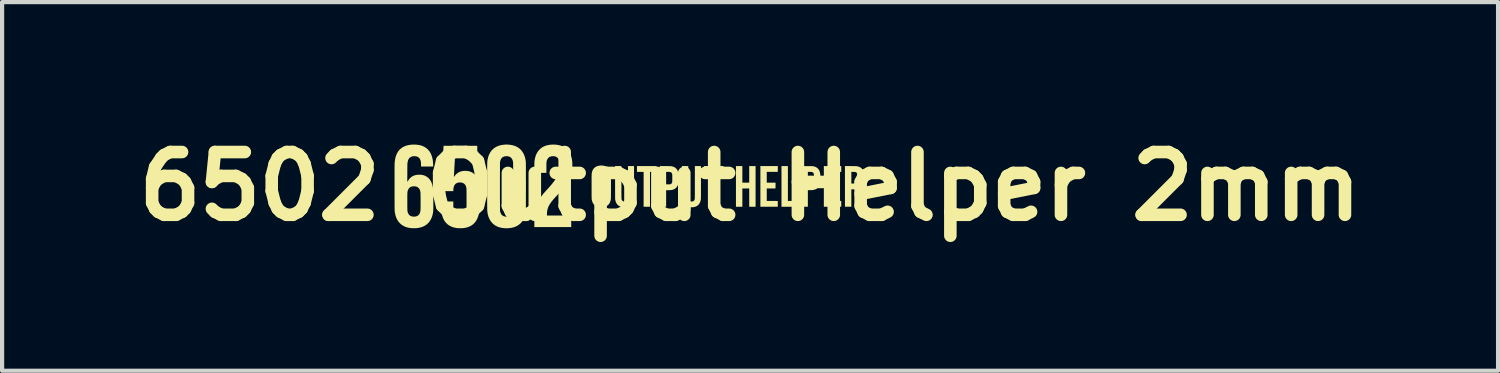
<source format=kicad_pcb>
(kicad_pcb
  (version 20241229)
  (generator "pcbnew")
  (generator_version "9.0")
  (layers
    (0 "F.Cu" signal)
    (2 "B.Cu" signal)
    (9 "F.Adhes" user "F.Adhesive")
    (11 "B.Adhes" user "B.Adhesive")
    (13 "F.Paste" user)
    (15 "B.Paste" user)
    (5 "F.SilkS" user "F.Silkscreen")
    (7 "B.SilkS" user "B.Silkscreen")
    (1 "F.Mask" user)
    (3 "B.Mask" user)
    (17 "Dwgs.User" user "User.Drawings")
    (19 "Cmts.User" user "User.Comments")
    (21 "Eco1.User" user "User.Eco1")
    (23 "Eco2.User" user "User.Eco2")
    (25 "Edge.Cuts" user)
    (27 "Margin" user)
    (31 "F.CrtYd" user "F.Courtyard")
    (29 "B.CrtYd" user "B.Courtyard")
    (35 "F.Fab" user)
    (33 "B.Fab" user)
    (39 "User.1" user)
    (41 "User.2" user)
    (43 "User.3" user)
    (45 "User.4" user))
  (footprint "6502 Output Helper 2mm"
    (layer "F.Cu")
    (at 14.871 1.404)
    (property "Reference" "6502 Output Helper 2mm" (at 0 0 0) (layer "F.SilkS") (effects (font (size 1.5 1.5) (thickness 0.3))))
    (attr board_only exclude_from_pos_files exclude_from_bom)
    (fp_poly (pts (xy 0.904 -0.069) (xy 0.904 0.347) (xy 1.029 0.347) (xy 1.154 0.347) (xy 1.154 0.416) (xy 1.154 0.486) (xy 0.953 0.486) (xy 0.751 0.486) (xy 0.751 -0.000001) (xy 0.751 -0.486) (xy 0.827 -0.486) (xy 0.904 -0.486)) (stroke (width 0) (type solid)) (fill yes) (layer "F.SilkS"))
    (fp_poly (pts (xy -2.232 -0.416) (xy -2.232 -0.347) (xy -2.311 -0.347) (xy -2.391 -0.347) (xy -2.391 0.069) (xy -2.391 0.486) (xy -2.467 0.486) (xy -2.543 0.486) (xy -2.543 0.069) (xy -2.543 -0.347) (xy -2.623 -0.347) (xy -2.702 -0.347) (xy -2.702 -0.416) (xy -2.702 -0.486) (xy -2.467 -0.486) (xy -2.232 -0.486)) (stroke (width 0) (type solid)) (fill yes) (layer "F.SilkS"))
    (fp_poly (pts (xy -0.633 -0.416) (xy -0.633 -0.347) (xy -0.712 -0.347) (xy -0.792 -0.347) (xy -0.792 0.069) (xy -0.792 0.486) (xy -0.868 0.486) (xy -0.944 0.486) (xy -0.944 0.069) (xy -0.944 -0.347) (xy -1.024 -0.347) (xy -1.103 -0.347) (xy -1.103 -0.416) (xy -1.103 -0.486) (xy -0.868 -0.486) (xy -0.633 -0.486)) (stroke (width 0) (type solid)) (fill yes) (layer "F.SilkS"))
    (fp_poly (pts (xy -0.184 -0.288) (xy -0.184 -0.09) (xy -0.102 -0.09) (xy -0.02 -0.09) (xy -0.02 -0.288) (xy -0.02 -0.486) (xy 0.056 -0.486) (xy 0.132 -0.486) (xy 0.132 -0.000001) (xy 0.132 0.486) (xy 0.056 0.486) (xy -0.02 0.486) (xy -0.02 0.267) (xy -0.02 0.049) (xy -0.102 0.049) (xy -0.184 0.049) (xy -0.184 0.267) (xy -0.184 0.486) (xy -0.261 0.486) (xy -0.337 0.486) (xy -0.337 -0.000001) (xy -0.337 -0.486) (xy -0.261 -0.486) (xy -0.184 -0.486)) (stroke (width 0) (type solid)) (fill yes) (layer "F.SilkS"))
    (fp_poly (pts (xy 0.663 -0.417) (xy 0.662 -0.348) (xy 0.531 -0.347) (xy 0.399 -0.347) (xy 0.399 -0.218) (xy 0.399 -0.09) (xy 0.504 -0.09) (xy 0.609 -0.09) (xy 0.609 -0.021) (xy 0.608 0.048) (xy 0.504 0.049) (xy 0.399 0.049) (xy 0.399 0.198) (xy 0.399 0.347) (xy 0.531 0.347) (xy 0.662 0.348) (xy 0.663 0.417) (xy 0.663 0.486) (xy 0.455 0.486) (xy 0.247 0.486) (xy 0.247 -0.000001) (xy 0.247 -0.486) (xy 0.455 -0.486) (xy 0.663 -0.486)) (stroke (width 0) (type solid)) (fill yes) (layer "F.SilkS"))
    (fp_poly (pts (xy 2.179 -0.416) (xy 2.179 -0.347) (xy 2.047 -0.347) (xy 1.915 -0.347) (xy 1.916 -0.219) (xy 1.916 -0.091) (xy 2.021 -0.09) (xy 2.125 -0.09) (xy 2.125 -0.02) (xy 2.125 0.049) (xy 2.02 0.049) (xy 1.915 0.049) (xy 1.915 0.198) (xy 1.915 0.347) (xy 2.047 0.347) (xy 2.179 0.347) (xy 2.179 0.416) (xy 2.179 0.486) (xy 1.971 0.486) (xy 1.763 0.486) (xy 1.763 -0.000001) (xy 1.763 -0.486) (xy 1.971 -0.486) (xy 2.179 -0.486)) (stroke (width 0) (type solid)) (fill yes) (layer "F.SilkS"))
    (fp_poly (pts (xy 1.362 -0.485) (xy 1.387 -0.485) (xy 1.408 -0.485) (xy 1.427 -0.485) (xy 1.443 -0.485) (xy 1.457 -0.484) (xy 1.469 -0.484) (xy 1.478 -0.484) (xy 1.486 -0.484) (xy 1.493 -0.483) (xy 1.498 -0.483) (xy 1.502 -0.483) (xy 1.506 -0.482) (xy 1.509 -0.482) (xy 1.509 -0.482) (xy 1.536 -0.475) (xy 1.56 -0.467) (xy 1.581 -0.457) (xy 1.6 -0.445) (xy 1.617 -0.43) (xy 1.632 -0.414) (xy 1.641 -0.402) (xy 1.653 -0.381) (xy 1.662 -0.358) (xy 1.67 -0.332) (xy 1.676 -0.304) (xy 1.679 -0.279) (xy 1.679 -0.27) (xy 1.679 -0.258) (xy 1.68 -0.244) (xy 1.68 -0.229) (xy 1.68 -0.212) (xy 1.68 -0.195) (xy 1.68 -0.178) (xy 1.68 -0.162) (xy 1.68 -0.147) (xy 1.679 -0.134) (xy 1.679 -0.123) (xy 1.679 -0.117) (xy 1.675 -0.087) (xy 1.669 -0.059) (xy 1.661 -0.033) (xy 1.651 -0.01) (xy 1.638 0.011) (xy 1.623 0.029) (xy 1.606 0.045) (xy 1.586 0.058) (xy 1.564 0.069) (xy 1.539 0.078) (xy 1.512 0.085) (xy 1.509 0.086) (xy 1.504 0.086) (xy 1.497 0.087) (xy 1.49 0.088) (xy 1.481 0.088) (xy 1.47 0.089) (xy 1.456 0.089) (xy 1.439 0.089) (xy 1.437 0.089) (xy 1.381 0.09) (xy 1.381 0.288) (xy 1.381 0.486) (xy 1.305 0.486) (xy 1.228 0.486) (xy 1.228 -0.000086) (xy 1.228 -0.198) (xy 1.381 -0.198) (xy 1.381 -0.049) (xy 1.424 -0.049) (xy 1.44 -0.049) (xy 1.453 -0.049) (xy 1.463 -0.05) (xy 1.47 -0.05) (xy 1.475 -0.051) (xy 1.476 -0.051) (xy 1.491 -0.057) (xy 1.503 -0.064) (xy 1.512 -0.074) (xy 1.518 -0.082) (xy 1.52 -0.087) (xy 1.522 -0.094) (xy 1.524 -0.101) (xy 1.524 -0.102) (xy 1.525 -0.106) (xy 1.525 -0.109) (xy 1.526 -0.113) (xy 1.526 -0.118) (xy 1.527 -0.124) (xy 1.527 -0.132) (xy 1.527 -0.141) (xy 1.527 -0.153) (xy 1.527 -0.167) (xy 1.527 -0.183) (xy 1.527 -0.199) (xy 1.527 -0.218) (xy 1.527 -0.234) (xy 1.527 -0.248) (xy 1.527 -0.259) (xy 1.527 -0.268) (xy 1.526 -0.275) (xy 1.526 -0.28) (xy 1.526 -0.285) (xy 1.525 -0.289) (xy 1.525 -0.292) (xy 1.524 -0.293) (xy 1.52 -0.308) (xy 1.514 -0.32) (xy 1.506 -0.329) (xy 1.498 -0.336) (xy 1.493 -0.338) (xy 1.488 -0.341) (xy 1.483 -0.343) (xy 1.478 -0.344) (xy 1.472 -0.345) (xy 1.465 -0.346) (xy 1.456 -0.346) (xy 1.445 -0.347) (xy 1.431 -0.347) (xy 1.424 -0.347) (xy 1.381 -0.347) (xy 1.381 -0.198) (xy 1.228 -0.198) (xy 1.228 -0.486)) (stroke (width 0) (type solid)) (fill yes) (layer "F.SilkS"))
    (fp_poly (pts (xy -2.008 -0.486) (xy -1.985 -0.486) (xy -1.965 -0.485) (xy -1.948 -0.485) (xy -1.934 -0.485) (xy -1.921 -0.485) (xy -1.91 -0.484) (xy -1.9 -0.484) (xy -1.892 -0.483) (xy -1.885 -0.483) (xy -1.878 -0.482) (xy -1.872 -0.48) (xy -1.865 -0.479) (xy -1.859 -0.478) (xy -1.854 -0.477) (xy -1.829 -0.469) (xy -1.806 -0.458) (xy -1.786 -0.445) (xy -1.768 -0.43) (xy -1.752 -0.412) (xy -1.738 -0.392) (xy -1.727 -0.369) (xy -1.718 -0.344) (xy -1.716 -0.337) (xy -1.714 -0.329) (xy -1.712 -0.322) (xy -1.711 -0.316) (xy -1.71 -0.309) (xy -1.709 -0.302) (xy -1.708 -0.295) (xy -1.708 -0.286) (xy -1.707 -0.277) (xy -1.707 -0.265) (xy -1.707 -0.251) (xy -1.707 -0.235) (xy -1.706 -0.216) (xy -1.706 -0.198) (xy -1.706 -0.178) (xy -1.707 -0.16) (xy -1.707 -0.145) (xy -1.707 -0.133) (xy -1.707 -0.123) (xy -1.707 -0.115) (xy -1.707 -0.108) (xy -1.708 -0.102) (xy -1.708 -0.098) (xy -1.709 -0.093) (xy -1.709 -0.089) (xy -1.71 -0.089) (xy -1.715 -0.063) (xy -1.722 -0.04) (xy -1.73 -0.019) (xy -1.74 -0.000394) (xy -1.752 0.016) (xy -1.762 0.028) (xy -1.776 0.042) (xy -1.791 0.053) (xy -1.808 0.063) (xy -1.812 0.065) (xy -1.825 0.071) (xy -1.838 0.076) (xy -1.852 0.08) (xy -1.866 0.084) (xy -1.882 0.086) (xy -1.899 0.088) (xy -1.919 0.089) (xy -1.941 0.09) (xy -1.957 0.09) (xy -2.005 0.09) (xy -2.005 0.288) (xy -2.005 0.486) (xy -2.081 0.486) (xy -2.157 0.486) (xy -2.157 -0.000001) (xy -2.157 -0.198) (xy -2.005 -0.198) (xy -2.005 -0.049) (xy -1.961 -0.049) (xy -1.945 -0.049) (xy -1.932 -0.049) (xy -1.922 -0.05) (xy -1.915 -0.05) (xy -1.909 -0.051) (xy -1.908 -0.051) (xy -1.894 -0.056) (xy -1.883 -0.063) (xy -1.874 -0.073) (xy -1.867 -0.084) (xy -1.862 -0.099) (xy -1.861 -0.106) (xy -1.86 -0.112) (xy -1.859 -0.121) (xy -1.859 -0.132) (xy -1.858 -0.145) (xy -1.858 -0.16) (xy -1.858 -0.176) (xy -1.858 -0.192) (xy -1.858 -0.209) (xy -1.858 -0.225) (xy -1.858 -0.24) (xy -1.858 -0.255) (xy -1.859 -0.267) (xy -1.859 -0.278) (xy -1.86 -0.285) (xy -1.861 -0.289) (xy -1.864 -0.304) (xy -1.87 -0.317) (xy -1.877 -0.327) (xy -1.886 -0.335) (xy -1.898 -0.341) (xy -1.905 -0.344) (xy -1.909 -0.345) (xy -1.913 -0.345) (xy -1.918 -0.346) (xy -1.923 -0.346) (xy -1.931 -0.347) (xy -1.94 -0.347) (xy -1.952 -0.347) (xy -1.961 -0.347) (xy -2.005 -0.347) (xy -2.005 -0.198) (xy -2.157 -0.198) (xy -2.157 -0.486) (xy -2.033 -0.486)) (stroke (width 0) (type solid)) (fill yes) (layer "F.SilkS"))
    (fp_poly (pts (xy -3.074 -0.098) (xy -3.074 -0.054) (xy -3.074 -0.014) (xy -3.074 0.023) (xy -3.074 0.057) (xy -3.074 0.088) (xy -3.074 0.116) (xy -3.074 0.142) (xy -3.074 0.165) (xy -3.073 0.186) (xy -3.073 0.205) (xy -3.073 0.222) (xy -3.073 0.237) (xy -3.073 0.25) (xy -3.073 0.261) (xy -3.072 0.271) (xy -3.072 0.28) (xy -3.072 0.287) (xy -3.071 0.293) (xy -3.071 0.298) (xy -3.07 0.303) (xy -3.07 0.306) (xy -3.069 0.309) (xy -3.068 0.312) (xy -3.068 0.314) (xy -3.067 0.316) (xy -3.066 0.318) (xy -3.065 0.32) (xy -3.064 0.322) (xy -3.063 0.323) (xy -3.059 0.331) (xy -3.052 0.339) (xy -3.045 0.346) (xy -3.038 0.352) (xy -3.036 0.352) (xy -3.025 0.357) (xy -3.012 0.36) (xy -2.997 0.361) (xy -2.983 0.36) (xy -2.97 0.358) (xy -2.968 0.357) (xy -2.958 0.353) (xy -2.949 0.348) (xy -2.94 0.341) (xy -2.937 0.338) (xy -2.932 0.331) (xy -2.928 0.322) (xy -2.924 0.312) (xy -2.921 0.303) (xy -2.921 0.301) (xy -2.921 0.299) (xy -2.92 0.297) (xy -2.92 0.295) (xy -2.92 0.291) (xy -2.92 0.287) (xy -2.919 0.282) (xy -2.919 0.276) (xy -2.919 0.269) (xy -2.919 0.261) (xy -2.919 0.251) (xy -2.919 0.239) (xy -2.918 0.226) (xy -2.918 0.211) (xy -2.918 0.194) (xy -2.918 0.175) (xy -2.918 0.154) (xy -2.918 0.13) (xy -2.918 0.104) (xy -2.918 0.075) (xy -2.918 0.043) (xy -2.918 0.009) (xy -2.918 -0.029) (xy -2.918 -0.07) (xy -2.918 -0.098) (xy -2.917 -0.486) (xy -2.844 -0.486) (xy -2.772 -0.486) (xy -2.772 -0.102) (xy -2.772 -0.052) (xy -2.772 -0.006) (xy -2.772 0.037) (xy -2.772 0.077) (xy -2.772 0.113) (xy -2.772 0.146) (xy -2.772 0.176) (xy -2.772 0.203) (xy -2.772 0.226) (xy -2.772 0.246) (xy -2.773 0.263) (xy -2.773 0.276) (xy -2.773 0.286) (xy -2.773 0.294) (xy -2.773 0.297) (xy -2.773 0.297) (xy -2.778 0.327) (xy -2.784 0.354) (xy -2.793 0.378) (xy -2.804 0.4) (xy -2.817 0.42) (xy -2.832 0.438) (xy -2.844 0.45) (xy -2.855 0.459) (xy -2.868 0.468) (xy -2.879 0.474) (xy -2.895 0.481) (xy -2.91 0.487) (xy -2.925 0.491) (xy -2.941 0.495) (xy -2.958 0.497) (xy -2.978 0.498) (xy -2.992 0.498) (xy -3.003 0.498) (xy -3.013 0.498) (xy -3.022 0.498) (xy -3.029 0.498) (xy -3.033 0.498) (xy -3.034 0.498) (xy -3.062 0.493) (xy -3.088 0.486) (xy -3.112 0.477) (xy -3.133 0.465) (xy -3.152 0.451) (xy -3.169 0.434) (xy -3.184 0.415) (xy -3.191 0.404) (xy -3.2 0.388) (xy -3.207 0.371) (xy -3.214 0.351) (xy -3.219 0.329) (xy -3.22 0.322) (xy -3.224 0.304) (xy -3.225 -0.091) (xy -3.225 -0.486) (xy -3.15 -0.486) (xy -3.075 -0.486)) (stroke (width 0) (type solid)) (fill yes) (layer "F.SilkS"))
    (fp_poly (pts (xy -1.475 -0.098) (xy -1.475 -0.054) (xy -1.475 -0.014) (xy -1.475 0.023) (xy -1.475 0.057) (xy -1.475 0.088) (xy -1.475 0.116) (xy -1.475 0.142) (xy -1.475 0.165) (xy -1.474 0.186) (xy -1.474 0.205) (xy -1.474 0.222) (xy -1.474 0.237) (xy -1.474 0.25) (xy -1.474 0.261) (xy -1.473 0.271) (xy -1.473 0.28) (xy -1.473 0.287) (xy -1.472 0.293) (xy -1.472 0.298) (xy -1.471 0.303) (xy -1.471 0.306) (xy -1.47 0.309) (xy -1.469 0.312) (xy -1.469 0.314) (xy -1.468 0.316) (xy -1.467 0.318) (xy -1.466 0.32) (xy -1.465 0.322) (xy -1.464 0.323) (xy -1.46 0.331) (xy -1.453 0.339) (xy -1.446 0.346) (xy -1.439 0.352) (xy -1.437 0.352) (xy -1.425 0.357) (xy -1.411 0.36) (xy -1.397 0.361) (xy -1.382 0.36) (xy -1.368 0.357) (xy -1.356 0.352) (xy -1.349 0.348) (xy -1.342 0.341) (xy -1.335 0.333) (xy -1.33 0.325) (xy -1.329 0.323) (xy -1.328 0.321) (xy -1.327 0.319) (xy -1.326 0.317) (xy -1.325 0.315) (xy -1.325 0.313) (xy -1.324 0.311) (xy -1.323 0.308) (xy -1.323 0.305) (xy -1.322 0.301) (xy -1.322 0.296) (xy -1.321 0.29) (xy -1.321 0.284) (xy -1.32 0.276) (xy -1.32 0.267) (xy -1.32 0.256) (xy -1.32 0.244) (xy -1.32 0.23) (xy -1.319 0.214) (xy -1.319 0.196) (xy -1.319 0.176) (xy -1.319 0.154) (xy -1.319 0.13) (xy -1.319 0.102) (xy -1.319 0.073) (xy -1.319 0.04) (xy -1.319 0.005) (xy -1.319 -0.034) (xy -1.319 -0.075) (xy -1.319 -0.098) (xy -1.318 -0.486) (xy -1.245 -0.486) (xy -1.173 -0.486) (xy -1.173 -0.102) (xy -1.173 -0.052) (xy -1.173 -0.006) (xy -1.173 0.037) (xy -1.173 0.077) (xy -1.173 0.113) (xy -1.173 0.146) (xy -1.173 0.176) (xy -1.173 0.203) (xy -1.173 0.226) (xy -1.173 0.246) (xy -1.174 0.263) (xy -1.174 0.276) (xy -1.174 0.286) (xy -1.174 0.294) (xy -1.174 0.297) (xy -1.174 0.297) (xy -1.179 0.327) (xy -1.186 0.354) (xy -1.195 0.38) (xy -1.206 0.402) (xy -1.214 0.415) (xy -1.221 0.425) (xy -1.231 0.436) (xy -1.242 0.447) (xy -1.252 0.456) (xy -1.262 0.463) (xy -1.281 0.474) (xy -1.301 0.483) (xy -1.323 0.49) (xy -1.339 0.494) (xy -1.349 0.496) (xy -1.361 0.497) (xy -1.376 0.498) (xy -1.391 0.498) (xy -1.406 0.499) (xy -1.42 0.498) (xy -1.433 0.498) (xy -1.444 0.497) (xy -1.445 0.497) (xy -1.473 0.491) (xy -1.498 0.483) (xy -1.522 0.472) (xy -1.543 0.459) (xy -1.561 0.444) (xy -1.578 0.426) (xy -1.592 0.405) (xy -1.604 0.382) (xy -1.613 0.357) (xy -1.618 0.337) (xy -1.619 0.333) (xy -1.62 0.329) (xy -1.621 0.325) (xy -1.622 0.322) (xy -1.622 0.318) (xy -1.623 0.314) (xy -1.623 0.31) (xy -1.624 0.305) (xy -1.624 0.299) (xy -1.625 0.293) (xy -1.625 0.285) (xy -1.625 0.277) (xy -1.626 0.267) (xy -1.626 0.256) (xy -1.626 0.243) (xy -1.626 0.229) (xy -1.626 0.213) (xy -1.627 0.195) (xy -1.627 0.175) (xy -1.627 0.153) (xy -1.627 0.128) (xy -1.627 0.101) (xy -1.627 0.071) (xy -1.627 0.039) (xy -1.627 0.003) (xy -1.627 -0.035) (xy -1.627 -0.077) (xy -1.627 -0.099) (xy -1.628 -0.486) (xy -1.552 -0.486) (xy -1.476 -0.486)) (stroke (width 0) (type solid)) (fill yes) (layer "F.SilkS"))
    (fp_poly (pts (xy 2.416 -0.486) (xy 2.439 -0.486) (xy 2.459 -0.485) (xy 2.478 -0.485) (xy 2.494 -0.485) (xy 2.508 -0.485) (xy 2.52 -0.485) (xy 2.528 -0.484) (xy 2.534 -0.484) (xy 2.534 -0.484) (xy 2.563 -0.48) (xy 2.589 -0.474) (xy 2.612 -0.465) (xy 2.633 -0.455) (xy 2.652 -0.443) (xy 2.668 -0.428) (xy 2.681 -0.412) (xy 2.693 -0.393) (xy 2.703 -0.371) (xy 2.703 -0.371) (xy 2.706 -0.362) (xy 2.708 -0.353) (xy 2.711 -0.342) (xy 2.714 -0.33) (xy 2.714 -0.327) (xy 2.715 -0.321) (xy 2.716 -0.316) (xy 2.717 -0.31) (xy 2.717 -0.303) (xy 2.718 -0.295) (xy 2.718 -0.285) (xy 2.718 -0.273) (xy 2.719 -0.258) (xy 2.719 -0.248) (xy 2.719 -0.228) (xy 2.719 -0.21) (xy 2.719 -0.194) (xy 2.718 -0.181) (xy 2.718 -0.171) (xy 2.718 -0.166) (xy 2.714 -0.139) (xy 2.708 -0.113) (xy 2.7 -0.09) (xy 2.689 -0.07) (xy 2.677 -0.052) (xy 2.662 -0.037) (xy 2.645 -0.025) (xy 2.633 -0.018) (xy 2.627 -0.015) (xy 2.623 -0.012) (xy 2.62 -0.01) (xy 2.62 -0.01) (xy 2.622 -0.008) (xy 2.626 -0.006) (xy 2.631 -0.004) (xy 2.633 -0.003) (xy 2.649 0.005) (xy 2.664 0.015) (xy 2.677 0.027) (xy 2.688 0.041) (xy 2.697 0.058) (xy 2.705 0.078) (xy 2.711 0.1) (xy 2.716 0.125) (xy 2.717 0.132) (xy 2.717 0.136) (xy 2.718 0.14) (xy 2.718 0.146) (xy 2.719 0.153) (xy 2.719 0.161) (xy 2.719 0.17) (xy 2.72 0.181) (xy 2.72 0.195) (xy 2.72 0.21) (xy 2.72 0.228) (xy 2.721 0.249) (xy 2.721 0.273) (xy 2.721 0.289) (xy 2.721 0.318) (xy 2.722 0.344) (xy 2.722 0.367) (xy 2.722 0.387) (xy 2.723 0.404) (xy 2.723 0.418) (xy 2.723 0.428) (xy 2.724 0.435) (xy 2.724 0.439) (xy 2.727 0.453) (xy 2.73 0.466) (xy 2.734 0.477) (xy 2.735 0.478) (xy 2.738 0.486) (xy 2.66 0.486) (xy 2.582 0.486) (xy 2.579 0.474) (xy 2.577 0.468) (xy 2.576 0.462) (xy 2.574 0.455) (xy 2.573 0.448) (xy 2.572 0.441) (xy 2.571 0.432) (xy 2.571 0.423) (xy 2.57 0.412) (xy 2.57 0.399) (xy 2.569 0.384) (xy 2.569 0.367) (xy 2.569 0.348) (xy 2.569 0.325) (xy 2.569 0.3) (xy 2.569 0.286) (xy 2.569 0.264) (xy 2.569 0.244) (xy 2.568 0.225) (xy 2.568 0.207) (xy 2.568 0.192) (xy 2.568 0.179) (xy 2.567 0.168) (xy 2.567 0.16) (xy 2.567 0.155) (xy 2.567 0.155) (xy 2.564 0.136) (xy 2.56 0.121) (xy 2.554 0.108) (xy 2.547 0.097) (xy 2.541 0.09) (xy 2.534 0.085) (xy 2.527 0.08) (xy 2.518 0.076) (xy 2.508 0.073) (xy 2.497 0.071) (xy 2.483 0.07) (xy 2.466 0.07) (xy 2.454 0.069) (xy 2.42 0.069) (xy 2.42 0.278) (xy 2.42 0.486) (xy 2.344 0.486) (xy 2.267 0.486) (xy 2.267 -0.000001) (xy 2.267 -0.208) (xy 2.42 -0.208) (xy 2.42 -0.069) (xy 2.453 -0.069) (xy 2.464 -0.07) (xy 2.475 -0.07) (xy 2.485 -0.07) (xy 2.493 -0.071) (xy 2.498 -0.071) (xy 2.514 -0.075) (xy 2.529 -0.081) (xy 2.541 -0.09) (xy 2.551 -0.102) (xy 2.558 -0.116) (xy 2.563 -0.129) (xy 2.564 -0.133) (xy 2.565 -0.141) (xy 2.565 -0.151) (xy 2.566 -0.163) (xy 2.566 -0.177) (xy 2.567 -0.191) (xy 2.567 -0.206) (xy 2.567 -0.221) (xy 2.567 -0.236) (xy 2.566 -0.249) (xy 2.566 -0.261) (xy 2.566 -0.272) (xy 2.565 -0.28) (xy 2.564 -0.282) (xy 2.56 -0.299) (xy 2.554 -0.314) (xy 2.546 -0.326) (xy 2.536 -0.335) (xy 2.523 -0.342) (xy 2.523 -0.342) (xy 2.52 -0.343) (xy 2.517 -0.344) (xy 2.514 -0.345) (xy 2.509 -0.345) (xy 2.504 -0.346) (xy 2.496 -0.346) (xy 2.486 -0.346) (xy 2.474 -0.346) (xy 2.467 -0.347) (xy 2.42 -0.347) (xy 2.42 -0.208) (xy 2.267 -0.208) (xy 2.267 -0.486) (xy 2.393 -0.486)) (stroke (width 0) (type solid)) (fill yes) (layer "F.SilkS"))
    (fp_poly (pts (xy -4.681 -0.999) (xy -4.665 -0.999) (xy -4.652 -0.998) (xy -4.64 -0.997) (xy -4.635 -0.997) (xy -4.594 -0.991) (xy -4.556 -0.984) (xy -4.52 -0.973) (xy -4.486 -0.961) (xy -4.455 -0.946) (xy -4.426 -0.929) (xy -4.399 -0.909) (xy -4.374 -0.887) (xy -4.372 -0.885) (xy -4.35 -0.86) (xy -4.329 -0.833) (xy -4.311 -0.804) (xy -4.295 -0.773) (xy -4.281 -0.74) (xy -4.27 -0.705) (xy -4.26 -0.667) (xy -4.253 -0.627) (xy -4.25 -0.604) (xy -4.249 -0.593) (xy -4.248 -0.58) (xy -4.247 -0.565) (xy -4.246 -0.548) (xy -4.246 -0.53) (xy -4.246 -0.512) (xy -4.246 -0.495) (xy -4.246 -0.479) (xy -4.246 -0.465) (xy -4.247 -0.454) (xy -4.247 -0.453) (xy -4.252 -0.407) (xy -4.26 -0.362) (xy -4.271 -0.317) (xy -4.284 -0.272) (xy -4.301 -0.228) (xy -4.32 -0.184) (xy -4.342 -0.14) (xy -4.368 -0.096) (xy -4.396 -0.051) (xy -4.428 -0.005) (xy -4.428 -0.005) (xy -4.445 0.019) (xy -4.463 0.042) (xy -4.482 0.066) (xy -4.502 0.09) (xy -4.523 0.115) (xy -4.546 0.141) (xy -4.571 0.169) (xy -4.598 0.199) (xy -4.614 0.217) (xy -4.638 0.243) (xy -4.66 0.266) (xy -4.679 0.288) (xy -4.697 0.309) (xy -4.713 0.327) (xy -4.727 0.345) (xy -4.741 0.362) (xy -4.753 0.378) (xy -4.764 0.393) (xy -4.774 0.409) (xy -4.784 0.424) (xy -4.785 0.426) (xy -4.805 0.459) (xy -4.821 0.493) (xy -4.833 0.528) (xy -4.843 0.564) (xy -4.849 0.601) (xy -4.852 0.639) (xy -4.853 0.673) (xy -4.852 0.695) (xy -4.562 0.695) (xy -4.273 0.695) (xy -4.273 0.833) (xy -4.273 0.971) (xy -4.713 0.971) (xy -5.154 0.971) (xy -5.154 0.842) (xy -5.154 0.815) (xy -5.154 0.791) (xy -5.154 0.769) (xy -5.154 0.751) (xy -5.154 0.734) (xy -5.153 0.72) (xy -5.153 0.708) (xy -5.153 0.697) (xy -5.152 0.688) (xy -5.152 0.68) (xy -5.152 0.679) (xy -5.147 0.632) (xy -5.141 0.587) (xy -5.133 0.544) (xy -5.123 0.503) (xy -5.111 0.463) (xy -5.096 0.424) (xy -5.079 0.386) (xy -5.059 0.348) (xy -5.037 0.31) (xy -5.012 0.272) (xy -4.984 0.233) (xy -4.979 0.227) (xy -4.966 0.21) (xy -4.953 0.193) (xy -4.939 0.176) (xy -4.925 0.159) (xy -4.909 0.141) (xy -4.892 0.122) (xy -4.873 0.101) (xy -4.852 0.078) (xy -4.85 0.076) (xy -4.816 0.038) (xy -4.784 0.002) (xy -4.754 -0.032) (xy -4.727 -0.066) (xy -4.703 -0.097) (xy -4.68 -0.128) (xy -4.66 -0.157) (xy -4.641 -0.186) (xy -4.625 -0.214) (xy -4.611 -0.242) (xy -4.598 -0.27) (xy -4.587 -0.297) (xy -4.577 -0.324) (xy -4.569 -0.352) (xy -4.563 -0.38) (xy -4.557 -0.408) (xy -4.554 -0.428) (xy -4.553 -0.438) (xy -4.552 -0.451) (xy -4.551 -0.466) (xy -4.551 -0.482) (xy -4.551 -0.499) (xy -4.551 -0.516) (xy -4.551 -0.532) (xy -4.552 -0.547) (xy -4.553 -0.561) (xy -4.554 -0.571) (xy -4.554 -0.574) (xy -4.558 -0.598) (xy -4.564 -0.62) (xy -4.57 -0.639) (xy -4.578 -0.655) (xy -4.587 -0.67) (xy -4.598 -0.682) (xy -4.611 -0.693) (xy -4.619 -0.699) (xy -4.637 -0.709) (xy -4.657 -0.716) (xy -4.679 -0.72) (xy -4.703 -0.722) (xy -4.718 -0.722) (xy -4.743 -0.719) (xy -4.765 -0.714) (xy -4.785 -0.707) (xy -4.802 -0.696) (xy -4.818 -0.683) (xy -4.831 -0.668) (xy -4.842 -0.65) (xy -4.851 -0.63) (xy -4.854 -0.622) (xy -4.856 -0.615) (xy -4.858 -0.607) (xy -4.86 -0.6) (xy -4.862 -0.592) (xy -4.863 -0.583) (xy -4.864 -0.572) (xy -4.865 -0.561) (xy -4.865 -0.548) (xy -4.866 -0.533) (xy -4.866 -0.516) (xy -4.866 -0.496) (xy -4.866 -0.474) (xy -4.866 -0.449) (xy -4.866 -0.436) (xy -4.866 -0.323) (xy -5.01 -0.323) (xy -5.154 -0.323) (xy -5.154 -0.451) (xy -5.154 -0.475) (xy -5.153 -0.497) (xy -5.153 -0.516) (xy -5.153 -0.532) (xy -5.153 -0.546) (xy -5.153 -0.558) (xy -5.152 -0.568) (xy -5.152 -0.577) (xy -5.152 -0.584) (xy -5.151 -0.59) (xy -5.151 -0.596) (xy -5.15 -0.601) (xy -5.15 -0.602) (xy -5.144 -0.643) (xy -5.136 -0.682) (xy -5.126 -0.718) (xy -5.114 -0.752) (xy -5.1 -0.783) (xy -5.083 -0.813) (xy -5.065 -0.84) (xy -5.044 -0.866) (xy -5.021 -0.89) (xy -4.996 -0.912) (xy -4.969 -0.931) (xy -4.94 -0.948) (xy -4.909 -0.963) (xy -4.875 -0.975) (xy -4.839 -0.985) (xy -4.801 -0.992) (xy -4.765 -0.997) (xy -4.755 -0.998) (xy -4.743 -0.998) (xy -4.729 -0.999) (xy -4.713 -0.999) (xy -4.697 -0.999)) (stroke (width 0) (type solid)) (fill yes) (layer "F.SilkS"))
    (fp_poly (pts (xy -3.524 -0.498) (xy -3.495 -0.494) (xy -3.469 -0.488) (xy -3.445 -0.479) (xy -3.423 -0.468) (xy -3.403 -0.454) (xy -3.389 -0.441) (xy -3.373 -0.423) (xy -3.359 -0.403) (xy -3.347 -0.38) (xy -3.338 -0.355) (xy -3.331 -0.328) (xy -3.326 -0.298) (xy -3.325 -0.285) (xy -3.325 -0.281) (xy -3.325 -0.273) (xy -3.324 -0.262) (xy -3.324 -0.249) (xy -3.324 -0.233) (xy -3.324 -0.215) (xy -3.324 -0.194) (xy -3.324 -0.173) (xy -3.324 -0.149) (xy -3.323 -0.124) (xy -3.323 -0.099) (xy -3.323 -0.072) (xy -3.323 -0.045) (xy -3.323 -0.017) (xy -3.323 0.011) (xy -3.323 0.038) (xy -3.323 0.066) (xy -3.323 0.092) (xy -3.323 0.118) (xy -3.323 0.143) (xy -3.324 0.167) (xy -3.324 0.189) (xy -3.324 0.21) (xy -3.324 0.229) (xy -3.324 0.245) (xy -3.324 0.259) (xy -3.325 0.271) (xy -3.325 0.279) (xy -3.325 0.284) (xy -3.325 0.285) (xy -3.327 0.304) (xy -3.329 0.321) (xy -3.333 0.337) (xy -3.337 0.352) (xy -3.338 0.357) (xy -3.348 0.383) (xy -3.361 0.406) (xy -3.375 0.426) (xy -3.392 0.444) (xy -3.411 0.46) (xy -3.432 0.473) (xy -3.456 0.483) (xy -3.481 0.491) (xy -3.509 0.496) (xy -3.511 0.497) (xy -3.523 0.498) (xy -3.536 0.499) (xy -3.551 0.499) (xy -3.567 0.499) (xy -3.581 0.498) (xy -3.594 0.497) (xy -3.601 0.497) (xy -3.629 0.491) (xy -3.654 0.483) (xy -3.678 0.473) (xy -3.699 0.459) (xy -3.719 0.444) (xy -3.736 0.426) (xy -3.75 0.405) (xy -3.762 0.382) (xy -3.772 0.357) (xy -3.776 0.344) (xy -3.777 0.339) (xy -3.778 0.335) (xy -3.779 0.33) (xy -3.78 0.326) (xy -3.781 0.322) (xy -3.782 0.318) (xy -3.783 0.313) (xy -3.783 0.308) (xy -3.784 0.302) (xy -3.784 0.295) (xy -3.785 0.287) (xy -3.785 0.278) (xy -3.785 0.267) (xy -3.785 0.255) (xy -3.786 0.241) (xy -3.786 0.226) (xy -3.786 0.208) (xy -3.786 0.188) (xy -3.786 0.166) (xy -3.786 0.141) (xy -3.786 0.113) (xy -3.786 0.083) (xy -3.786 0.05) (xy -3.786 0.013) (xy -3.786 -0.000001) (xy -3.634 -0.000001) (xy -3.634 0.037) (xy -3.634 0.07) (xy -3.634 0.101) (xy -3.634 0.129) (xy -3.634 0.154) (xy -3.634 0.176) (xy -3.634 0.196) (xy -3.634 0.213) (xy -3.633 0.228) (xy -3.633 0.242) (xy -3.633 0.253) (xy -3.633 0.263) (xy -3.633 0.271) (xy -3.633 0.278) (xy -3.633 0.284) (xy -3.632 0.289) (xy -3.632 0.293) (xy -3.632 0.296) (xy -3.632 0.298) (xy -3.631 0.3) (xy -3.631 0.302) (xy -3.631 0.302) (xy -3.625 0.318) (xy -3.618 0.332) (xy -3.608 0.343) (xy -3.597 0.352) (xy -3.584 0.357) (xy -3.568 0.36) (xy -3.568 0.36) (xy -3.55 0.361) (xy -3.534 0.359) (xy -3.528 0.358) (xy -3.514 0.352) (xy -3.503 0.344) (xy -3.493 0.334) (xy -3.486 0.32) (xy -3.481 0.304) (xy -3.477 0.287) (xy -3.477 0.283) (xy -3.477 0.276) (xy -3.477 0.266) (xy -3.477 0.254) (xy -3.476 0.239) (xy -3.476 0.221) (xy -3.476 0.202) (xy -3.476 0.181) (xy -3.476 0.158) (xy -3.476 0.134) (xy -3.476 0.109) (xy -3.476 0.083) (xy -3.476 0.056) (xy -3.475 0.028) (xy -3.475 0.001) (xy -3.475 -0.027) (xy -3.476 -0.054) (xy -3.476 -0.081) (xy -3.476 -0.107) (xy -3.476 -0.132) (xy -3.476 -0.156) (xy -3.476 -0.179) (xy -3.476 -0.201) (xy -3.476 -0.22) (xy -3.476 -0.238) (xy -3.477 -0.253) (xy -3.477 -0.265) (xy -3.477 -0.276) (xy -3.477 -0.283) (xy -3.477 -0.287) (xy -3.477 -0.287) (xy -3.481 -0.305) (xy -3.486 -0.321) (xy -3.493 -0.334) (xy -3.503 -0.344) (xy -3.514 -0.352) (xy -3.528 -0.357) (xy -3.544 -0.36) (xy -3.555 -0.361) (xy -3.572 -0.359) (xy -3.587 -0.356) (xy -3.6 -0.35) (xy -3.611 -0.341) (xy -3.619 -0.33) (xy -3.626 -0.316) (xy -3.631 -0.301) (xy -3.631 -0.3) (xy -3.632 -0.298) (xy -3.632 -0.295) (xy -3.632 -0.292) (xy -3.632 -0.289) (xy -3.633 -0.284) (xy -3.633 -0.278) (xy -3.633 -0.271) (xy -3.633 -0.262) (xy -3.633 -0.252) (xy -3.633 -0.24) (xy -3.633 -0.227) (xy -3.634 -0.211) (xy -3.634 -0.193) (xy -3.634 -0.173) (xy -3.634 -0.15) (xy -3.634 -0.125) (xy -3.634 -0.097) (xy -3.634 -0.065) (xy -3.634 -0.031) (xy -3.634 -0.000001) (xy -3.786 -0.000001) (xy -3.786 -0.038) (xy -3.786 -0.072) (xy -3.786 -0.103) (xy -3.786 -0.132) (xy -3.786 -0.157) (xy -3.786 -0.181) (xy -3.786 -0.201) (xy -3.786 -0.22) (xy -3.786 -0.236) (xy -3.785 -0.251) (xy -3.785 -0.263) (xy -3.785 -0.274) (xy -3.785 -0.284) (xy -3.784 -0.292) (xy -3.784 -0.3) (xy -3.783 -0.306) (xy -3.783 -0.312) (xy -3.782 -0.316) (xy -3.781 -0.321) (xy -3.781 -0.325) (xy -3.78 -0.329) (xy -3.779 -0.333) (xy -3.778 -0.337) (xy -3.776 -0.342) (xy -3.776 -0.344) (xy -3.768 -0.37) (xy -3.757 -0.394) (xy -3.744 -0.416) (xy -3.728 -0.435) (xy -3.71 -0.451) (xy -3.69 -0.466) (xy -3.668 -0.478) (xy -3.643 -0.487) (xy -3.617 -0.493) (xy -3.588 -0.498) (xy -3.557 -0.499) (xy -3.555 -0.499)) (stroke (width 0) (type solid)) (fill yes) (layer "F.SilkS"))
    (fp_poly (pts (xy -6.518 -0.833) (xy -6.518 -0.695) (xy -6.784 -0.695) (xy -7.051 -0.695) (xy -7.052 -0.681) (xy -7.052 -0.677) (xy -7.052 -0.67) (xy -7.053 -0.661) (xy -7.054 -0.648) (xy -7.054 -0.633) (xy -7.055 -0.616) (xy -7.056 -0.597) (xy -7.057 -0.576) (xy -7.059 -0.554) (xy -7.06 -0.53) (xy -7.061 -0.505) (xy -7.063 -0.479) (xy -7.064 -0.461) (xy -7.065 -0.435) (xy -7.066 -0.409) (xy -7.068 -0.385) (xy -7.069 -0.361) (xy -7.07 -0.34) (xy -7.071 -0.319) (xy -7.072 -0.301) (xy -7.073 -0.285) (xy -7.074 -0.271) (xy -7.075 -0.259) (xy -7.075 -0.251) (xy -7.075 -0.245) (xy -7.076 -0.243) (xy -7.076 -0.237) (xy -7.076 -0.233) (xy -7.075 -0.231) (xy -7.074 -0.23) (xy -7.073 -0.23) (xy -7.07 -0.232) (xy -7.067 -0.235) (xy -7.063 -0.241) (xy -7.058 -0.249) (xy -7.051 -0.258) (xy -7.043 -0.268) (xy -7.035 -0.277) (xy -7.028 -0.286) (xy -7.022 -0.291) (xy -6.999 -0.311) (xy -6.975 -0.328) (xy -6.948 -0.343) (xy -6.92 -0.354) (xy -6.89 -0.363) (xy -6.878 -0.365) (xy -6.848 -0.37) (xy -6.817 -0.372) (xy -6.785 -0.371) (xy -6.754 -0.369) (xy -6.724 -0.364) (xy -6.696 -0.356) (xy -6.669 -0.347) (xy -6.659 -0.343) (xy -6.632 -0.328) (xy -6.607 -0.311) (xy -6.584 -0.291) (xy -6.563 -0.269) (xy -6.544 -0.244) (xy -6.527 -0.216) (xy -6.513 -0.186) (xy -6.5 -0.153) (xy -6.49 -0.117) (xy -6.481 -0.079) (xy -6.475 -0.038) (xy -6.471 0.006) (xy -6.471 0.007) (xy -6.47 0.012) (xy -6.47 0.02) (xy -6.47 0.029) (xy -6.47 0.041) (xy -6.469 0.055) (xy -6.469 0.072) (xy -6.469 0.092) (xy -6.469 0.114) (xy -6.469 0.139) (xy -6.469 0.166) (xy -6.469 0.197) (xy -6.469 0.231) (xy -6.469 0.268) (xy -6.469 0.307) (xy -6.469 0.344) (xy -6.469 0.377) (xy -6.469 0.407) (xy -6.47 0.434) (xy -6.47 0.459) (xy -6.47 0.481) (xy -6.47 0.501) (xy -6.47 0.519) (xy -6.47 0.534) (xy -6.47 0.548) (xy -6.471 0.561) (xy -6.471 0.571) (xy -6.471 0.581) (xy -6.472 0.589) (xy -6.472 0.597) (xy -6.473 0.604) (xy -6.474 0.61) (xy -6.474 0.616) (xy -6.475 0.622) (xy -6.476 0.628) (xy -6.477 0.634) (xy -6.478 0.64) (xy -6.479 0.646) (xy -6.48 0.65) (xy -6.489 0.69) (xy -6.5 0.727) (xy -6.514 0.762) (xy -6.53 0.795) (xy -6.548 0.826) (xy -6.569 0.855) (xy -6.592 0.88) (xy -6.617 0.904) (xy -6.645 0.925) (xy -6.674 0.943) (xy -6.706 0.959) (xy -6.74 0.972) (xy -6.776 0.983) (xy -6.776 0.983) (xy -6.795 0.987) (xy -6.815 0.991) (xy -6.836 0.994) (xy -6.856 0.997) (xy -6.862 0.997) (xy -6.871 0.998) (xy -6.882 0.998) (xy -6.894 0.999) (xy -6.907 0.999) (xy -6.92 0.999) (xy -6.932 0.999) (xy -6.943 0.999) (xy -6.952 0.999) (xy -6.958 0.999) (xy -6.96 0.999) (xy -6.964 0.999) (xy -6.971 0.998) (xy -6.98 0.997) (xy -6.988 0.997) (xy -7.027 0.992) (xy -7.064 0.984) (xy -7.099 0.975) (xy -7.133 0.962) (xy -7.165 0.947) (xy -7.194 0.93) (xy -7.221 0.911) (xy -7.224 0.908) (xy -7.235 0.899) (xy -7.246 0.888) (xy -7.258 0.876) (xy -7.269 0.864) (xy -7.28 0.852) (xy -7.288 0.841) (xy -7.289 0.84) (xy -7.308 0.811) (xy -7.324 0.781) (xy -7.338 0.748) (xy -7.35 0.715) (xy -7.36 0.678) (xy -7.368 0.64) (xy -7.373 0.599) (xy -7.375 0.582) (xy -7.376 0.574) (xy -7.376 0.565) (xy -7.377 0.554) (xy -7.377 0.541) (xy -7.377 0.526) (xy -7.377 0.508) (xy -7.377 0.488) (xy -7.378 0.464) (xy -7.378 0.456) (xy -7.378 0.359) (xy -7.234 0.359) (xy -7.09 0.359) (xy -7.09 0.456) (xy -7.09 0.475) (xy -7.09 0.493) (xy -7.09 0.51) (xy -7.089 0.525) (xy -7.089 0.539) (xy -7.089 0.551) (xy -7.089 0.561) (xy -7.088 0.567) (xy -7.088 0.57) (xy -7.084 0.597) (xy -7.078 0.621) (xy -7.07 0.643) (xy -7.06 0.662) (xy -7.047 0.678) (xy -7.033 0.692) (xy -7.016 0.703) (xy -6.997 0.712) (xy -6.976 0.718) (xy -6.953 0.721) (xy -6.942 0.722) (xy -6.916 0.722) (xy -6.893 0.719) (xy -6.871 0.714) (xy -6.852 0.706) (xy -6.834 0.695) (xy -6.819 0.681) (xy -6.806 0.665) (xy -6.795 0.647) (xy -6.786 0.625) (xy -6.78 0.604) (xy -6.779 0.6) (xy -6.778 0.596) (xy -6.778 0.591) (xy -6.777 0.587) (xy -6.776 0.582) (xy -6.776 0.576) (xy -6.775 0.57) (xy -6.775 0.563) (xy -6.775 0.554) (xy -6.774 0.544) (xy -6.774 0.533) (xy -6.774 0.52) (xy -6.774 0.506) (xy -6.774 0.489) (xy -6.774 0.47) (xy -6.774 0.449) (xy -6.774 0.425) (xy -6.774 0.398) (xy -6.774 0.369) (xy -6.774 0.337) (xy -6.774 0.302) (xy -6.774 0.268) (xy -6.774 0.237) (xy -6.774 0.209) (xy -6.774 0.183) (xy -6.774 0.161) (xy -6.774 0.141) (xy -6.774 0.123) (xy -6.775 0.108) (xy -6.775 0.094) (xy -6.775 0.082) (xy -6.775 0.072) (xy -6.776 0.064) (xy -6.776 0.056) (xy -6.776 0.05) (xy -6.777 0.044) (xy -6.777 0.04) (xy -6.778 0.035) (xy -6.779 0.032) (xy -6.779 0.028) (xy -6.78 0.025) (xy -6.781 0.021) (xy -6.782 0.017) (xy -6.783 0.016) (xy -6.79 -0.007) (xy -6.799 -0.027) (xy -6.811 -0.044) (xy -6.825 -0.059) (xy -6.842 -0.071) (xy -6.86 -0.081) (xy -6.881 -0.089) (xy -6.89 -0.091) (xy -6.902 -0.093) (xy -6.916 -0.094) (xy -6.931 -0.094) (xy -6.946 -0.094) (xy -6.961 -0.092) (xy -6.973 -0.091) (xy -6.976 -0.09) (xy -6.991 -0.086) (xy -7.006 -0.08) (xy -7.02 -0.072) (xy -7.031 -0.065) (xy -7.034 -0.063) (xy -7.048 -0.049) (xy -7.06 -0.032) (xy -7.07 -0.013) (xy -7.078 0.009) (xy -7.084 0.033) (xy -7.088 0.06) (xy -7.09 0.088) (xy -7.09 0.095) (xy -7.09 0.113) (xy -7.234 0.113) (xy -7.378 0.113) (xy -7.378 0.107) (xy -7.377 0.105) (xy -7.377 0.1) (xy -7.377 0.091) (xy -7.376 0.08) (xy -7.376 0.066) (xy -7.375 0.049) (xy -7.374 0.03) (xy -7.373 0.009) (xy -7.372 -0.014) (xy -7.37 -0.039) (xy -7.369 -0.065) (xy -7.368 -0.093) (xy -7.366 -0.123) (xy -7.365 -0.153) (xy -7.363 -0.184) (xy -7.362 -0.197) (xy -7.36 -0.233) (xy -7.358 -0.271) (xy -7.356 -0.31) (xy -7.354 -0.351) (xy -7.352 -0.392) (xy -7.35 -0.433) (xy -7.348 -0.474) (xy -7.346 -0.515) (xy -7.344 -0.555) (xy -7.342 -0.593) (xy -7.34 -0.63) (xy -7.338 -0.664) (xy -7.337 -0.696) (xy -7.335 -0.725) (xy -7.335 -0.726) (xy -7.334 -0.754) (xy -7.332 -0.781) (xy -7.331 -0.807) (xy -7.33 -0.831) (xy -7.329 -0.855) (xy -7.328 -0.876) (xy -7.327 -0.896) (xy -7.326 -0.913) (xy -7.325 -0.929) (xy -7.324 -0.942) (xy -7.324 -0.952) (xy -7.324 -0.959) (xy -7.323 -0.963) (xy -7.323 -0.964) (xy -7.323 -0.971) (xy -6.921 -0.971) (xy -6.518 -0.971)) (stroke (width 0) (type solid)) (fill yes) (layer "F.SilkS"))
    (fp_poly (pts (xy -5.797 -1) (xy -5.757 -0.997) (xy -5.724 -0.993) (xy -5.684 -0.986) (xy -5.646 -0.976) (xy -5.611 -0.964) (xy -5.578 -0.949) (xy -5.547 -0.932) (xy -5.518 -0.911) (xy -5.491 -0.889) (xy -5.467 -0.864) (xy -5.445 -0.836) (xy -5.425 -0.806) (xy -5.414 -0.786) (xy -5.399 -0.754) (xy -5.386 -0.72) (xy -5.375 -0.683) (xy -5.366 -0.644) (xy -5.36 -0.603) (xy -5.357 -0.571) (xy -5.357 -0.567) (xy -5.357 -0.56) (xy -5.357 -0.55) (xy -5.357 -0.537) (xy -5.356 -0.521) (xy -5.356 -0.502) (xy -5.356 -0.481) (xy -5.356 -0.458) (xy -5.356 -0.433) (xy -5.356 -0.405) (xy -5.356 -0.376) (xy -5.356 -0.345) (xy -5.356 -0.313) (xy -5.356 -0.279) (xy -5.356 -0.245) (xy -5.356 -0.209) (xy -5.356 -0.172) (xy -5.355 -0.135) (xy -5.355 -0.097) (xy -5.355 -0.058) (xy -5.355 -0.02) (xy -5.355 0.019) (xy -5.355 0.057) (xy -5.355 0.096) (xy -5.355 0.134) (xy -5.356 0.171) (xy -5.356 0.208) (xy -5.356 0.244) (xy -5.356 0.279) (xy -5.356 0.312) (xy -5.356 0.345) (xy -5.356 0.375) (xy -5.356 0.405) (xy -5.356 0.432) (xy -5.356 0.457) (xy -5.356 0.481) (xy -5.356 0.502) (xy -5.356 0.52) (xy -5.357 0.536) (xy -5.357 0.549) (xy -5.357 0.56) (xy -5.357 0.567) (xy -5.357 0.571) (xy -5.357 0.571) (xy -5.362 0.615) (xy -5.369 0.656) (xy -5.378 0.696) (xy -5.39 0.733) (xy -5.405 0.768) (xy -5.422 0.8) (xy -5.441 0.831) (xy -5.462 0.859) (xy -5.486 0.884) (xy -5.513 0.907) (xy -5.542 0.928) (xy -5.564 0.942) (xy -5.592 0.956) (xy -5.624 0.969) (xy -5.657 0.979) (xy -5.693 0.988) (xy -5.73 0.994) (xy -5.769 0.998) (xy -5.808 1) (xy -5.849 0.999) (xy -5.867 0.998) (xy -5.909 0.994) (xy -5.949 0.987) (xy -5.986 0.978) (xy -6.022 0.966) (xy -6.056 0.951) (xy -6.087 0.933) (xy -6.1 0.925) (xy -6.114 0.915) (xy -6.128 0.905) (xy -6.141 0.893) (xy -6.154 0.88) (xy -6.155 0.879) (xy -6.179 0.853) (xy -6.2 0.824) (xy -6.219 0.793) (xy -6.236 0.759) (xy -6.25 0.724) (xy -6.261 0.686) (xy -6.27 0.646) (xy -6.276 0.603) (xy -6.278 0.582) (xy -6.279 0.579) (xy -6.279 0.575) (xy -6.279 0.571) (xy -6.279 0.566) (xy -6.28 0.56) (xy -6.28 0.553) (xy -6.28 0.546) (xy -6.28 0.537) (xy -6.28 0.526) (xy -6.28 0.515) (xy -6.28 0.501) (xy -6.28 0.486) (xy -6.281 0.47) (xy -6.281 0.451) (xy -6.281 0.431) (xy -6.281 0.409) (xy -6.281 0.384) (xy -6.281 0.357) (xy -6.281 0.328) (xy -6.281 0.296) (xy -6.281 0.261) (xy -6.281 0.224) (xy -6.281 0.184) (xy -6.281 0.141) (xy -6.281 0.095) (xy -6.281 0.046) (xy -6.281 -0.000001) (xy -6.281 -0.004) (xy -5.976 -0.004) (xy -5.976 -0.000001) (xy -5.976 0.052) (xy -5.976 0.101) (xy -5.976 0.147) (xy -5.976 0.19) (xy -5.976 0.23) (xy -5.976 0.267) (xy -5.976 0.302) (xy -5.976 0.333) (xy -5.976 0.363) (xy -5.975 0.389) (xy -5.975 0.414) (xy -5.975 0.436) (xy -5.975 0.457) (xy -5.975 0.475) (xy -5.975 0.491) (xy -5.975 0.506) (xy -5.975 0.519) (xy -5.975 0.53) (xy -5.975 0.541) (xy -5.975 0.549) (xy -5.975 0.557) (xy -5.974 0.563) (xy -5.974 0.569) (xy -5.974 0.573) (xy -5.974 0.577) (xy -5.974 0.58) (xy -5.973 0.583) (xy -5.973 0.585) (xy -5.973 0.587) (xy -5.973 0.588) (xy -5.973 0.588) (xy -5.967 0.613) (xy -5.96 0.634) (xy -5.951 0.653) (xy -5.941 0.669) (xy -5.929 0.683) (xy -5.915 0.695) (xy -5.898 0.705) (xy -5.896 0.706) (xy -5.878 0.714) (xy -5.857 0.719) (xy -5.836 0.722) (xy -5.813 0.722) (xy -5.791 0.721) (xy -5.787 0.72) (xy -5.773 0.718) (xy -5.761 0.715) (xy -5.751 0.711) (xy -5.741 0.706) (xy -5.725 0.697) (xy -5.71 0.686) (xy -5.698 0.672) (xy -5.688 0.657) (xy -5.679 0.639) (xy -5.671 0.618) (xy -5.665 0.594) (xy -5.664 0.589) (xy -5.664 0.587) (xy -5.663 0.586) (xy -5.663 0.583) (xy -5.663 0.581) (xy -5.663 0.578) (xy -5.663 0.574) (xy -5.662 0.569) (xy -5.662 0.563) (xy -5.662 0.556) (xy -5.662 0.548) (xy -5.662 0.539) (xy -5.662 0.529) (xy -5.662 0.517) (xy -5.661 0.503) (xy -5.661 0.488) (xy -5.661 0.471) (xy -5.661 0.451) (xy -5.661 0.43) (xy -5.661 0.407) (xy -5.661 0.382) (xy -5.661 0.354) (xy -5.661 0.323) (xy -5.661 0.291) (xy -5.661 0.255) (xy -5.661 0.217) (xy -5.661 0.175) (xy -5.661 0.131) (xy -5.661 0.084) (xy -5.66 0.033) (xy -5.66 0.014) (xy -5.66 -0.043) (xy -5.66 -0.098) (xy -5.66 -0.149) (xy -5.66 -0.197) (xy -5.66 -0.242) (xy -5.66 -0.283) (xy -5.66 -0.322) (xy -5.66 -0.358) (xy -5.66 -0.39) (xy -5.66 -0.42) (xy -5.66 -0.446) (xy -5.661 -0.47) (xy -5.661 -0.492) (xy -5.661 -0.51) (xy -5.661 -0.526) (xy -5.661 -0.539) (xy -5.661 -0.549) (xy -5.661 -0.558) (xy -5.662 -0.563) (xy -5.662 -0.566) (xy -5.665 -0.593) (xy -5.671 -0.618) (xy -5.679 -0.639) (xy -5.689 -0.659) (xy -5.701 -0.675) (xy -5.715 -0.69) (xy -5.732 -0.701) (xy -5.741 -0.706) (xy -5.758 -0.713) (xy -5.778 -0.718) (xy -5.798 -0.721) (xy -5.819 -0.722) (xy -5.84 -0.721) (xy -5.86 -0.718) (xy -5.879 -0.713) (xy -5.897 -0.706) (xy -5.909 -0.699) (xy -5.924 -0.688) (xy -5.936 -0.675) (xy -5.947 -0.66) (xy -5.957 -0.642) (xy -5.964 -0.622) (xy -5.97 -0.599) (xy -5.973 -0.588) (xy -5.973 -0.587) (xy -5.973 -0.585) (xy -5.973 -0.583) (xy -5.974 -0.58) (xy -5.974 -0.577) (xy -5.974 -0.574) (xy -5.974 -0.569) (xy -5.974 -0.564) (xy -5.975 -0.557) (xy -5.975 -0.55) (xy -5.975 -0.541) (xy -5.975 -0.531) (xy -5.975 -0.52) (xy -5.975 -0.507) (xy -5.975 -0.493) (xy -5.975 -0.476) (xy -5.975 -0.458) (xy -5.975 -0.438) (xy -5.975 -0.416) (xy -5.975 -0.392) (xy -5.976 -0.365) (xy -5.976 -0.336) (xy -5.976 -0.304) (xy -5.976 -0.27) (xy -5.976 -0.233) (xy -5.976 -0.194) (xy -5.976 -0.151) (xy -5.976 -0.105) (xy -5.976 -0.056) (xy -5.976 -0.004) (xy -6.281 -0.004) (xy -6.281 -0.053) (xy -6.281 -0.102) (xy -6.281 -0.148) (xy -6.281 -0.191) (xy -6.281 -0.231) (xy -6.281 -0.269) (xy -6.281 -0.303) (xy -6.281 -0.335) (xy -6.281 -0.365) (xy -6.281 -0.392) (xy -6.281 -0.417) (xy -6.281 -0.44) (xy -6.281 -0.461) (xy -6.28 -0.48) (xy -6.28 -0.497) (xy -6.28 -0.513) (xy -6.28 -0.527) (xy -6.28 -0.54) (xy -6.279 -0.551) (xy -6.279 -0.561) (xy -6.279 -0.57) (xy -6.278 -0.578) (xy -6.278 -0.585) (xy -6.278 -0.592) (xy -6.277 -0.597) (xy -6.277 -0.603) (xy -6.276 -0.607) (xy -6.276 -0.612) (xy -6.275 -0.616) (xy -6.274 -0.621) (xy -6.274 -0.625) (xy -6.273 -0.63) (xy -6.272 -0.635) (xy -6.272 -0.636) (xy -6.263 -0.676) (xy -6.253 -0.714) (xy -6.24 -0.75) (xy -6.224 -0.783) (xy -6.206 -0.815) (xy -6.186 -0.844) (xy -6.163 -0.871) (xy -6.138 -0.895) (xy -6.112 -0.917) (xy -6.082 -0.936) (xy -6.051 -0.953) (xy -6.048 -0.955) (xy -6.017 -0.967) (xy -5.984 -0.978) (xy -5.949 -0.987) (xy -5.912 -0.993) (xy -5.874 -0.997) (xy -5.836 -1)) (stroke (width 0) (type solid)) (fill yes) (layer "F.SilkS"))
    (fp_poly (pts (xy -7.984 -0.998) (xy -7.949 -0.995) (xy -7.915 -0.99) (xy -7.889 -0.985) (xy -7.852 -0.975) (xy -7.818 -0.962) (xy -7.785 -0.947) (xy -7.756 -0.929) (xy -7.728 -0.909) (xy -7.703 -0.887) (xy -7.701 -0.885) (xy -7.677 -0.859) (xy -7.656 -0.832) (xy -7.638 -0.802) (xy -7.622 -0.77) (xy -7.608 -0.737) (xy -7.597 -0.7) (xy -7.587 -0.662) (xy -7.58 -0.621) (xy -7.578 -0.603) (xy -7.577 -0.594) (xy -7.576 -0.583) (xy -7.575 -0.569) (xy -7.575 -0.555) (xy -7.574 -0.539) (xy -7.573 -0.524) (xy -7.573 -0.509) (xy -7.572 -0.496) (xy -7.572 -0.487) (xy -7.572 -0.475) (xy -7.717 -0.475) (xy -7.861 -0.475) (xy -7.862 -0.525) (xy -7.862 -0.542) (xy -7.863 -0.557) (xy -7.863 -0.569) (xy -7.864 -0.578) (xy -7.865 -0.586) (xy -7.866 -0.589) (xy -7.871 -0.614) (xy -7.879 -0.636) (xy -7.888 -0.655) (xy -7.899 -0.671) (xy -7.912 -0.686) (xy -7.927 -0.698) (xy -7.93 -0.7) (xy -7.946 -0.708) (xy -7.965 -0.715) (xy -7.985 -0.719) (xy -8.006 -0.722) (xy -8.028 -0.722) (xy -8.049 -0.721) (xy -8.07 -0.717) (xy -8.09 -0.711) (xy -8.105 -0.704) (xy -8.12 -0.695) (xy -8.134 -0.684) (xy -8.145 -0.672) (xy -8.155 -0.658) (xy -8.164 -0.641) (xy -8.171 -0.623) (xy -8.177 -0.601) (xy -8.182 -0.577) (xy -8.186 -0.552) (xy -8.186 -0.549) (xy -8.187 -0.545) (xy -8.187 -0.54) (xy -8.187 -0.534) (xy -8.188 -0.526) (xy -8.188 -0.517) (xy -8.188 -0.507) (xy -8.188 -0.495) (xy -8.188 -0.481) (xy -8.188 -0.465) (xy -8.189 -0.446) (xy -8.189 -0.425) (xy -8.189 -0.401) (xy -8.189 -0.374) (xy -8.189 -0.345) (xy -8.189 -0.322) (xy -8.189 -0.291) (xy -8.189 -0.263) (xy -8.19 -0.238) (xy -8.19 -0.216) (xy -8.19 -0.197) (xy -8.19 -0.18) (xy -8.19 -0.166) (xy -8.19 -0.154) (xy -8.189 -0.144) (xy -8.189 -0.135) (xy -8.189 -0.128) (xy -8.189 -0.123) (xy -8.189 -0.119) (xy -8.189 -0.116) (xy -8.188 -0.114) (xy -8.188 -0.113) (xy -8.188 -0.112) (xy -8.187 -0.112) (xy -8.187 -0.112) (xy -8.187 -0.112) (xy -8.185 -0.113) (xy -8.182 -0.115) (xy -8.179 -0.121) (xy -8.174 -0.129) (xy -8.173 -0.131) (xy -8.156 -0.158) (xy -8.137 -0.183) (xy -8.117 -0.204) (xy -8.094 -0.224) (xy -8.07 -0.24) (xy -8.044 -0.253) (xy -8.018 -0.263) (xy -7.997 -0.269) (xy -7.975 -0.274) (xy -7.953 -0.277) (xy -7.928 -0.279) (xy -7.904 -0.28) (xy -7.874 -0.279) (xy -7.846 -0.276) (xy -7.821 -0.272) (xy -7.796 -0.265) (xy -7.772 -0.257) (xy -7.751 -0.247) (xy -7.725 -0.232) (xy -7.701 -0.215) (xy -7.679 -0.195) (xy -7.658 -0.173) (xy -7.64 -0.147) (xy -7.624 -0.119) (xy -7.621 -0.113) (xy -7.609 -0.087) (xy -7.599 -0.059) (xy -7.59 -0.03) (xy -7.583 0.000312) (xy -7.577 0.034) (xy -7.576 0.042) (xy -7.575 0.05) (xy -7.574 0.058) (xy -7.573 0.065) (xy -7.572 0.072) (xy -7.571 0.079) (xy -7.571 0.086) (xy -7.57 0.095) (xy -7.57 0.104) (xy -7.569 0.113) (xy -7.569 0.124) (xy -7.569 0.137) (xy -7.568 0.151) (xy -7.568 0.166) (xy -7.568 0.184) (xy -7.568 0.204) (xy -7.568 0.226) (xy -7.568 0.251) (xy -7.568 0.279) (xy -7.568 0.31) (xy -7.568 0.34) (xy -7.568 0.373) (xy -7.568 0.403) (xy -7.568 0.43) (xy -7.568 0.454) (xy -7.568 0.476) (xy -7.568 0.495) (xy -7.568 0.512) (xy -7.568 0.527) (xy -7.569 0.541) (xy -7.569 0.552) (xy -7.569 0.563) (xy -7.57 0.572) (xy -7.57 0.58) (xy -7.571 0.588) (xy -7.571 0.595) (xy -7.572 0.602) (xy -7.573 0.609) (xy -7.574 0.615) (xy -7.575 0.622) (xy -7.576 0.63) (xy -7.577 0.636) (xy -7.585 0.676) (xy -7.596 0.714) (xy -7.609 0.749) (xy -7.625 0.783) (xy -7.643 0.815) (xy -7.663 0.844) (xy -7.686 0.871) (xy -7.711 0.895) (xy -7.739 0.918) (xy -7.753 0.928) (xy -7.783 0.945) (xy -7.814 0.96) (xy -7.848 0.973) (xy -7.884 0.983) (xy -7.922 0.991) (xy -7.956 0.996) (xy -7.964 0.997) (xy -7.975 0.997) (xy -7.987 0.998) (xy -8.001 0.998) (xy -8.015 0.999) (xy -8.029 0.999) (xy -8.041 0.999) (xy -8.053 0.999) (xy -8.062 0.999) (xy -8.067 0.999) (xy -8.099 0.996) (xy -8.128 0.993) (xy -8.154 0.988) (xy -8.179 0.983) (xy -8.202 0.977) (xy -8.224 0.97) (xy -8.246 0.961) (xy -8.268 0.951) (xy -8.274 0.947) (xy -8.301 0.932) (xy -8.327 0.915) (xy -8.35 0.895) (xy -8.37 0.876) (xy -8.392 0.852) (xy -8.412 0.825) (xy -8.429 0.797) (xy -8.445 0.767) (xy -8.458 0.736) (xy -8.469 0.701) (xy -8.478 0.665) (xy -8.486 0.626) (xy -8.49 0.592) (xy -8.491 0.59) (xy -8.491 0.587) (xy -8.491 0.584) (xy -8.491 0.58) (xy -8.492 0.576) (xy -8.492 0.571) (xy -8.492 0.565) (xy -8.492 0.558) (xy -8.492 0.551) (xy -8.492 0.542) (xy -8.493 0.531) (xy -8.493 0.52) (xy -8.493 0.507) (xy -8.493 0.492) (xy -8.493 0.475) (xy -8.493 0.457) (xy -8.493 0.436) (xy -8.493 0.414) (xy -8.493 0.389) (xy -8.493 0.362) (xy -8.493 0.359) (xy -8.189 0.359) (xy -8.189 0.36) (xy -8.189 0.392) (xy -8.189 0.421) (xy -8.189 0.447) (xy -8.189 0.469) (xy -8.189 0.49) (xy -8.189 0.507) (xy -8.188 0.523) (xy -8.188 0.537) (xy -8.188 0.549) (xy -8.188 0.559) (xy -8.187 0.568) (xy -8.187 0.575) (xy -8.186 0.582) (xy -8.185 0.588) (xy -8.185 0.593) (xy -8.184 0.598) (xy -8.183 0.602) (xy -8.181 0.607) (xy -8.18 0.612) (xy -8.179 0.617) (xy -8.179 0.617) (xy -8.171 0.639) (xy -8.161 0.659) (xy -8.148 0.676) (xy -8.134 0.69) (xy -8.118 0.702) (xy -8.099 0.711) (xy -8.078 0.717) (xy -8.068 0.719) (xy -8.061 0.72) (xy -8.056 0.721) (xy -8.053 0.722) (xy -8.053 0.722) (xy -8.049 0.722) (xy -8.042 0.722) (xy -8.034 0.722) (xy -8.025 0.722) (xy -8.015 0.721) (xy -8.006 0.721) (xy -7.998 0.72) (xy -7.991 0.719) (xy -7.989 0.719) (xy -7.967 0.712) (xy -7.948 0.704) (xy -7.931 0.693) (xy -7.916 0.679) (xy -7.903 0.663) (xy -7.893 0.644) (xy -7.885 0.623) (xy -7.878 0.599) (xy -7.878 0.599) (xy -7.877 0.594) (xy -7.876 0.588) (xy -7.876 0.581) (xy -7.875 0.574) (xy -7.874 0.566) (xy -7.874 0.557) (xy -7.873 0.546) (xy -7.873 0.534) (xy -7.872 0.521) (xy -7.872 0.505) (xy -7.872 0.487) (xy -7.872 0.468) (xy -7.872 0.445) (xy -7.872 0.42) (xy -7.872 0.392) (xy -7.872 0.361) (xy -7.872 0.338) (xy -7.872 0.309) (xy -7.872 0.283) (xy -7.872 0.259) (xy -7.873 0.239) (xy -7.873 0.221) (xy -7.873 0.205) (xy -7.873 0.192) (xy -7.873 0.18) (xy -7.873 0.171) (xy -7.874 0.162) (xy -7.874 0.156) (xy -7.874 0.15) (xy -7.875 0.146) (xy -7.875 0.142) (xy -7.875 0.139) (xy -7.876 0.138) (xy -7.88 0.114) (xy -7.887 0.092) (xy -7.894 0.073) (xy -7.904 0.057) (xy -7.915 0.042) (xy -7.923 0.035) (xy -7.937 0.023) (xy -7.952 0.013) (xy -7.969 0.006) (xy -7.987 0.001) (xy -8.008 -0.001) (xy -8.031 -0.002) (xy -8.055 -0.001) (xy -8.077 0.002) (xy -8.096 0.008) (xy -8.114 0.016) (xy -8.129 0.026) (xy -8.141 0.037) (xy -8.154 0.051) (xy -8.164 0.067) (xy -8.172 0.085) (xy -8.179 0.104) (xy -8.18 0.109) (xy -8.181 0.114) (xy -8.183 0.118) (xy -8.184 0.123) (xy -8.185 0.128) (xy -8.185 0.133) (xy -8.186 0.139) (xy -8.187 0.145) (xy -8.187 0.153) (xy -8.188 0.162) (xy -8.188 0.172) (xy -8.188 0.184) (xy -8.188 0.197) (xy -8.189 0.213) (xy -8.189 0.23) (xy -8.189 0.251) (xy -8.189 0.273) (xy -8.189 0.299) (xy -8.189 0.327) (xy -8.189 0.359) (xy -8.493 0.359) (xy -8.494 0.333) (xy -8.494 0.301) (xy -8.494 0.266) (xy -8.494 0.228) (xy -8.494 0.188) (xy -8.494 0.145) (xy -8.494 0.098) (xy -8.494 0.049) (xy -8.494 0.029) (xy -8.494 -0.024) (xy -8.494 -0.073) (xy -8.494 -0.119) (xy -8.494 -0.162) (xy -8.494 -0.202) (xy -8.494 -0.24) (xy -8.494 -0.274) (xy -8.494 -0.307) (xy -8.494 -0.336) (xy -8.494 -0.363) (xy -8.494 -0.389) (xy -8.494 -0.412) (xy -8.494 -0.433) (xy -8.494 -0.452) (xy -8.494 -0.469) (xy -8.493 -0.485) (xy -8.493 -0.499) (xy -8.493 -0.512) (xy -8.493 -0.523) (xy -8.493 -0.534) (xy -8.492 -0.543) (xy -8.492 -0.551) (xy -8.492 -0.559) (xy -8.491 -0.566) (xy -8.491 -0.572) (xy -8.49 -0.578) (xy -8.49 -0.583) (xy -8.49 -0.588) (xy -8.489 -0.593) (xy -8.488 -0.598) (xy -8.488 -0.599) (xy -8.482 -0.642) (xy -8.474 -0.683) (xy -8.463 -0.721) (xy -8.45 -0.757) (xy -8.435 -0.79) (xy -8.417 -0.821) (xy -8.398 -0.849) (xy -8.376 -0.875) (xy -8.352 -0.898) (xy -8.347 -0.902) (xy -8.32 -0.923) (xy -8.29 -0.942) (xy -8.258 -0.957) (xy -8.224 -0.971) (xy -8.188 -0.981) (xy -8.162 -0.987) (xy -8.128 -0.993) (xy -8.093 -0.997) (xy -8.056 -0.999) (xy -8.02 -1)) (stroke (width 0) (type solid)) (fill yes) (layer "F.SilkS")))
  (gr_rect
    (start -3 -3)
    (end 32.743 5.808)
    (stroke (width 0.1) (type default))
    (fill no)
    (layer "Edge.Cuts")))
</source>
